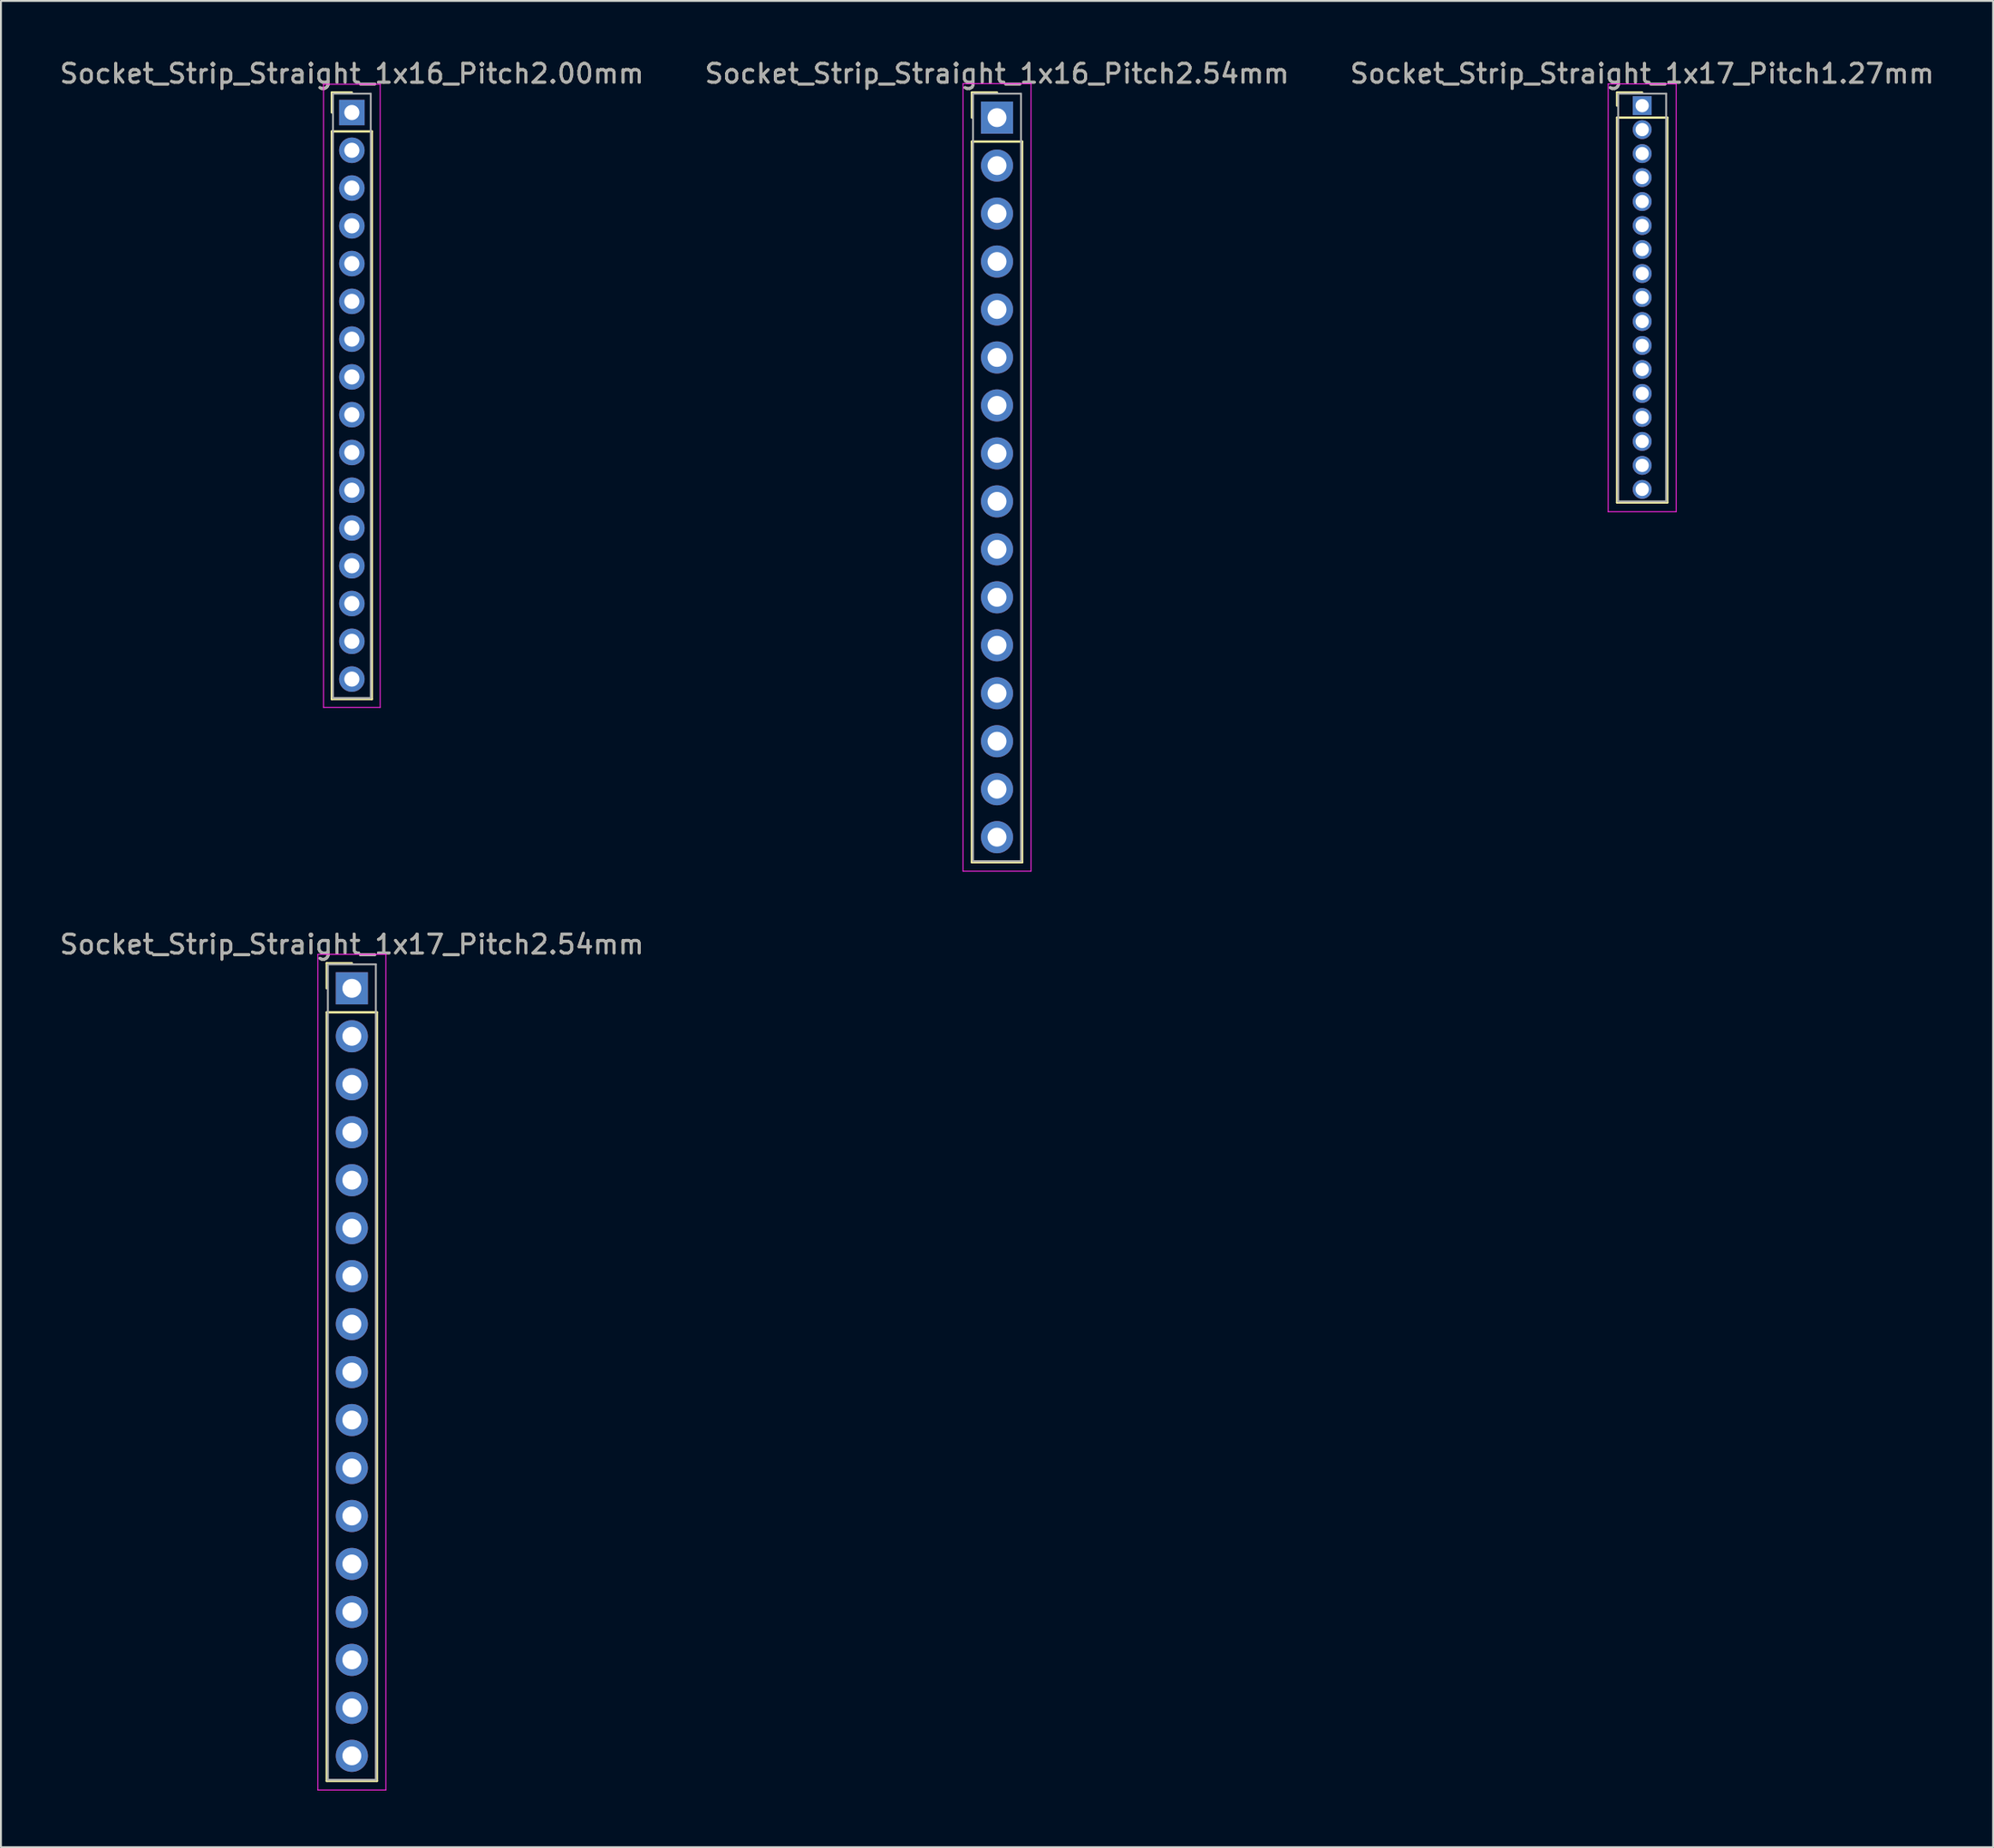
<source format=kicad_pcb>
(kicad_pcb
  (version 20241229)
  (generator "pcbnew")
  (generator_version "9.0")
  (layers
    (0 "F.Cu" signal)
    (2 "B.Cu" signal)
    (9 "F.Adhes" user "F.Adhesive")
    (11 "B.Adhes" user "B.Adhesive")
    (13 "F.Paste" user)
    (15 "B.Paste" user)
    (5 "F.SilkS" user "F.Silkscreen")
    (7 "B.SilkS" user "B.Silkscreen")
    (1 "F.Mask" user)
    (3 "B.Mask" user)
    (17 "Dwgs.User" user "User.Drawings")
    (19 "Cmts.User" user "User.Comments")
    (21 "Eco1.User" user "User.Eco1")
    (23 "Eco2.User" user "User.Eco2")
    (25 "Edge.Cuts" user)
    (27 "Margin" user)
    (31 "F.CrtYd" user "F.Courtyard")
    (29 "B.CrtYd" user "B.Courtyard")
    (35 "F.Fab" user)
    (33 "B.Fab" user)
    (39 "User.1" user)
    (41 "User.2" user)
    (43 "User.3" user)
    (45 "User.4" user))
  (footprint "Socket_Strip_Straight_1x16_Pitch2.00mm"
    (layer "F.Cu")
    (at 15.577 2.908)
    (property "Reference" "Socket_Strip_Straight_1x16_Pitch2.00mm" (at 0 -2.06 0) (layer "F.SilkS") (effects (font (size 1 1) (thickness 0.15))))
    (attr through_hole)
    (fp_line (start -1.06 -1.06) (end 0 -1.06) (stroke (width 0.12) (type solid)) (layer "F.SilkS"))
    (fp_line (start -1.06 0) (end -1.06 -1.06) (stroke (width 0.12) (type solid)) (layer "F.SilkS"))
    (fp_line (start -1.06 1) (end -1.06 31.06) (stroke (width 0.12) (type solid)) (layer "F.SilkS"))
    (fp_line (start -1.06 31.06) (end 1.06 31.06) (stroke (width 0.12) (type solid)) (layer "F.SilkS"))
    (fp_line (start 1.06 1) (end -1.06 1) (stroke (width 0.12) (type solid)) (layer "F.SilkS"))
    (fp_line (start 1.06 31.06) (end 1.06 1) (stroke (width 0.12) (type solid)) (layer "F.SilkS"))
    (fp_line (start -1.5 -1.5) (end -1.5 31.5) (stroke (width 0.05) (type solid)) (layer "F.CrtYd"))
    (fp_line (start -1.5 31.5) (end 1.5 31.5) (stroke (width 0.05) (type solid)) (layer "F.CrtYd"))
    (fp_line (start 1.5 -1.5) (end -1.5 -1.5) (stroke (width 0.05) (type solid)) (layer "F.CrtYd"))
    (fp_line (start 1.5 31.5) (end 1.5 -1.5) (stroke (width 0.05) (type solid)) (layer "F.CrtYd"))
    (fp_line (start -1 -1) (end -1 31) (stroke (width 0.1) (type solid)) (layer "F.Fab"))
    (fp_line (start -1 31) (end 1 31) (stroke (width 0.1) (type solid)) (layer "F.Fab"))
    (fp_line (start 1 -1) (end -1 -1) (stroke (width 0.1) (type solid)) (layer "F.Fab"))
    (fp_line (start 1 31) (end 1 -1) (stroke (width 0.1) (type solid)) (layer "F.Fab"))
    (fp_text user "${REFERENCE}" (at 0 -2.06 0) (layer "F.Fab") (effects (font (size 1 1) (thickness 0.15))))
    (pad "1" thru_hole rect (at 0 0) (size 1.35 1.35) (drill 0.8) (layers "*.Cu" "*.Mask"))
    (pad "2" thru_hole oval (at 0 2) (size 1.35 1.35) (drill 0.8) (layers "*.Cu" "*.Mask"))
    (pad "3" thru_hole oval (at 0 4) (size 1.35 1.35) (drill 0.8) (layers "*.Cu" "*.Mask"))
    (pad "4" thru_hole oval (at 0 6) (size 1.35 1.35) (drill 0.8) (layers "*.Cu" "*.Mask"))
    (pad "5" thru_hole oval (at 0 8) (size 1.35 1.35) (drill 0.8) (layers "*.Cu" "*.Mask"))
    (pad "6" thru_hole oval (at 0 10) (size 1.35 1.35) (drill 0.8) (layers "*.Cu" "*.Mask"))
    (pad "7" thru_hole oval (at 0 12) (size 1.35 1.35) (drill 0.8) (layers "*.Cu" "*.Mask"))
    (pad "8" thru_hole oval (at 0 14) (size 1.35 1.35) (drill 0.8) (layers "*.Cu" "*.Mask"))
    (pad "9" thru_hole oval (at 0 16) (size 1.35 1.35) (drill 0.8) (layers "*.Cu" "*.Mask"))
    (pad "10" thru_hole oval (at 0 18) (size 1.35 1.35) (drill 0.8) (layers "*.Cu" "*.Mask"))
    (pad "11" thru_hole oval (at 0 20) (size 1.35 1.35) (drill 0.8) (layers "*.Cu" "*.Mask"))
    (pad "12" thru_hole oval (at 0 22) (size 1.35 1.35) (drill 0.8) (layers "*.Cu" "*.Mask"))
    (pad "13" thru_hole oval (at 0 24) (size 1.35 1.35) (drill 0.8) (layers "*.Cu" "*.Mask"))
    (pad "14" thru_hole oval (at 0 26) (size 1.35 1.35) (drill 0.8) (layers "*.Cu" "*.Mask"))
    (pad "15" thru_hole oval (at 0 28) (size 1.35 1.35) (drill 0.8) (layers "*.Cu" "*.Mask"))
    (pad "16" thru_hole oval (at 0 30) (size 1.35 1.35) (drill 0.8) (layers "*.Cu" "*.Mask")))
  (footprint "Socket_Strip_Straight_1x17_Pitch2.54mm"
    (layer "F.Cu")
    (at 15.577 49.282)
    (property "Reference" "Socket_Strip_Straight_1x17_Pitch2.54mm" (at 0 -2.33 0) (layer "F.SilkS") (effects (font (size 1 1) (thickness 0.15))))
    (attr through_hole)
    (fp_line (start -1.33 -1.33) (end 0 -1.33) (stroke (width 0.12) (type solid)) (layer "F.SilkS"))
    (fp_line (start -1.33 0) (end -1.33 -1.33) (stroke (width 0.12) (type solid)) (layer "F.SilkS"))
    (fp_line (start -1.33 1.27) (end -1.33 41.97) (stroke (width 0.12) (type solid)) (layer "F.SilkS"))
    (fp_line (start -1.33 41.97) (end 1.33 41.97) (stroke (width 0.12) (type solid)) (layer "F.SilkS"))
    (fp_line (start 1.33 1.27) (end -1.33 1.27) (stroke (width 0.12) (type solid)) (layer "F.SilkS"))
    (fp_line (start 1.33 41.97) (end 1.33 1.27) (stroke (width 0.12) (type solid)) (layer "F.SilkS"))
    (fp_line (start -1.8 -1.8) (end -1.8 42.45) (stroke (width 0.05) (type solid)) (layer "F.CrtYd"))
    (fp_line (start -1.8 42.45) (end 1.8 42.45) (stroke (width 0.05) (type solid)) (layer "F.CrtYd"))
    (fp_line (start 1.8 -1.8) (end -1.8 -1.8) (stroke (width 0.05) (type solid)) (layer "F.CrtYd"))
    (fp_line (start 1.8 42.45) (end 1.8 -1.8) (stroke (width 0.05) (type solid)) (layer "F.CrtYd"))
    (fp_line (start -1.27 -1.27) (end -1.27 41.91) (stroke (width 0.1) (type solid)) (layer "F.Fab"))
    (fp_line (start -1.27 41.91) (end 1.27 41.91) (stroke (width 0.1) (type solid)) (layer "F.Fab"))
    (fp_line (start 1.27 -1.27) (end -1.27 -1.27) (stroke (width 0.1) (type solid)) (layer "F.Fab"))
    (fp_line (start 1.27 41.91) (end 1.27 -1.27) (stroke (width 0.1) (type solid)) (layer "F.Fab"))
    (fp_text user "${REFERENCE}" (at 0 -2.33 0) (layer "F.Fab") (effects (font (size 1 1) (thickness 0.15))))
    (pad "1" thru_hole rect (at 0 0) (size 1.7 1.7) (drill 1) (layers "*.Cu" "*.Mask"))
    (pad "2" thru_hole oval (at 0 2.54) (size 1.7 1.7) (drill 1) (layers "*.Cu" "*.Mask"))
    (pad "3" thru_hole oval (at 0 5.08) (size 1.7 1.7) (drill 1) (layers "*.Cu" "*.Mask"))
    (pad "4" thru_hole oval (at 0 7.62) (size 1.7 1.7) (drill 1) (layers "*.Cu" "*.Mask"))
    (pad "5" thru_hole oval (at 0 10.16) (size 1.7 1.7) (drill 1) (layers "*.Cu" "*.Mask"))
    (pad "6" thru_hole oval (at 0 12.7) (size 1.7 1.7) (drill 1) (layers "*.Cu" "*.Mask"))
    (pad "7" thru_hole oval (at 0 15.24) (size 1.7 1.7) (drill 1) (layers "*.Cu" "*.Mask"))
    (pad "8" thru_hole oval (at 0 17.78) (size 1.7 1.7) (drill 1) (layers "*.Cu" "*.Mask"))
    (pad "9" thru_hole oval (at 0 20.32) (size 1.7 1.7) (drill 1) (layers "*.Cu" "*.Mask"))
    (pad "10" thru_hole oval (at 0 22.86) (size 1.7 1.7) (drill 1) (layers "*.Cu" "*.Mask"))
    (pad "11" thru_hole oval (at 0 25.4) (size 1.7 1.7) (drill 1) (layers "*.Cu" "*.Mask"))
    (pad "12" thru_hole oval (at 0 27.94) (size 1.7 1.7) (drill 1) (layers "*.Cu" "*.Mask"))
    (pad "13" thru_hole oval (at 0 30.48) (size 1.7 1.7) (drill 1) (layers "*.Cu" "*.Mask"))
    (pad "14" thru_hole oval (at 0 33.02) (size 1.7 1.7) (drill 1) (layers "*.Cu" "*.Mask"))
    (pad "15" thru_hole oval (at 0 35.56) (size 1.7 1.7) (drill 1) (layers "*.Cu" "*.Mask"))
    (pad "16" thru_hole oval (at 0 38.1) (size 1.7 1.7) (drill 1) (layers "*.Cu" "*.Mask"))
    (pad "17" thru_hole oval (at 0 40.64) (size 1.7 1.7) (drill 1) (layers "*.Cu" "*.Mask")))
  (footprint "Socket_Strip_Straight_1x17_Pitch1.27mm"
    (layer "F.Cu")
    (at 83.887 2.543)
    (property "Reference" "Socket_Strip_Straight_1x17_Pitch1.27mm" (at 0 -1.695 0) (layer "F.SilkS") (effects (font (size 1 1) (thickness 0.15))))
    (attr through_hole)
    (fp_line (start -1.33 -0.695) (end 0 -0.695) (stroke (width 0.12) (type solid)) (layer "F.SilkS"))
    (fp_line (start -1.33 0) (end -1.33 -0.695) (stroke (width 0.12) (type solid)) (layer "F.SilkS"))
    (fp_line (start -1.33 0.635) (end -1.33 21.015) (stroke (width 0.12) (type solid)) (layer "F.SilkS"))
    (fp_line (start -1.33 21.015) (end 1.33 21.015) (stroke (width 0.12) (type solid)) (layer "F.SilkS"))
    (fp_line (start 1.33 0.635) (end -1.33 0.635) (stroke (width 0.12) (type solid)) (layer "F.SilkS"))
    (fp_line (start 1.33 21.015) (end 1.33 0.635) (stroke (width 0.12) (type solid)) (layer "F.SilkS"))
    (fp_line (start -1.8 -1.15) (end -1.8 21.5) (stroke (width 0.05) (type solid)) (layer "F.CrtYd"))
    (fp_line (start -1.8 21.5) (end 1.8 21.5) (stroke (width 0.05) (type solid)) (layer "F.CrtYd"))
    (fp_line (start 1.8 -1.15) (end -1.8 -1.15) (stroke (width 0.05) (type solid)) (layer "F.CrtYd"))
    (fp_line (start 1.8 21.5) (end 1.8 -1.15) (stroke (width 0.05) (type solid)) (layer "F.CrtYd"))
    (fp_line (start -1.27 -0.635) (end -1.27 20.955) (stroke (width 0.1) (type solid)) (layer "F.Fab"))
    (fp_line (start -1.27 20.955) (end 1.27 20.955) (stroke (width 0.1) (type solid)) (layer "F.Fab"))
    (fp_line (start 1.27 -0.635) (end -1.27 -0.635) (stroke (width 0.1) (type solid)) (layer "F.Fab"))
    (fp_line (start 1.27 20.955) (end 1.27 -0.635) (stroke (width 0.1) (type solid)) (layer "F.Fab"))
    (fp_text user "${REFERENCE}" (at 0 -1.695 0) (layer "F.Fab") (effects (font (size 1 1) (thickness 0.15))))
    (pad "1" thru_hole rect (at 0 0) (size 1 1) (drill 0.7) (layers "*.Cu" "*.Mask"))
    (pad "2" thru_hole oval (at 0 1.27) (size 1 1) (drill 0.7) (layers "*.Cu" "*.Mask"))
    (pad "3" thru_hole oval (at 0 2.54) (size 1 1) (drill 0.7) (layers "*.Cu" "*.Mask"))
    (pad "4" thru_hole oval (at 0 3.81) (size 1 1) (drill 0.7) (layers "*.Cu" "*.Mask"))
    (pad "5" thru_hole oval (at 0 5.08) (size 1 1) (drill 0.7) (layers "*.Cu" "*.Mask"))
    (pad "6" thru_hole oval (at 0 6.35) (size 1 1) (drill 0.7) (layers "*.Cu" "*.Mask"))
    (pad "7" thru_hole oval (at 0 7.62) (size 1 1) (drill 0.7) (layers "*.Cu" "*.Mask"))
    (pad "8" thru_hole oval (at 0 8.89) (size 1 1) (drill 0.7) (layers "*.Cu" "*.Mask"))
    (pad "9" thru_hole oval (at 0 10.16) (size 1 1) (drill 0.7) (layers "*.Cu" "*.Mask"))
    (pad "10" thru_hole oval (at 0 11.43) (size 1 1) (drill 0.7) (layers "*.Cu" "*.Mask"))
    (pad "11" thru_hole oval (at 0 12.7) (size 1 1) (drill 0.7) (layers "*.Cu" "*.Mask"))
    (pad "12" thru_hole oval (at 0 13.97) (size 1 1) (drill 0.7) (layers "*.Cu" "*.Mask"))
    (pad "13" thru_hole oval (at 0 15.24) (size 1 1) (drill 0.7) (layers "*.Cu" "*.Mask"))
    (pad "14" thru_hole oval (at 0 16.51) (size 1 1) (drill 0.7) (layers "*.Cu" "*.Mask"))
    (pad "15" thru_hole oval (at 0 17.78) (size 1 1) (drill 0.7) (layers "*.Cu" "*.Mask"))
    (pad "16" thru_hole oval (at 0 19.05) (size 1 1) (drill 0.7) (layers "*.Cu" "*.Mask"))
    (pad "17" thru_hole oval (at 0 20.32) (size 1 1) (drill 0.7) (layers "*.Cu" "*.Mask")))
  (footprint "Socket_Strip_Straight_1x16_Pitch2.54mm"
    (layer "F.Cu")
    (at 49.732 3.178)
    (property "Reference" "Socket_Strip_Straight_1x16_Pitch2.54mm" (at 0 -2.33 0) (layer "F.SilkS") (effects (font (size 1 1) (thickness 0.15))))
    (attr through_hole)
    (fp_line (start -1.33 -1.33) (end 0 -1.33) (stroke (width 0.12) (type solid)) (layer "F.SilkS"))
    (fp_line (start -1.33 0) (end -1.33 -1.33) (stroke (width 0.12) (type solid)) (layer "F.SilkS"))
    (fp_line (start -1.33 1.27) (end -1.33 39.43) (stroke (width 0.12) (type solid)) (layer "F.SilkS"))
    (fp_line (start -1.33 39.43) (end 1.33 39.43) (stroke (width 0.12) (type solid)) (layer "F.SilkS"))
    (fp_line (start 1.33 1.27) (end -1.33 1.27) (stroke (width 0.12) (type solid)) (layer "F.SilkS"))
    (fp_line (start 1.33 39.43) (end 1.33 1.27) (stroke (width 0.12) (type solid)) (layer "F.SilkS"))
    (fp_line (start -1.8 -1.8) (end -1.8 39.9) (stroke (width 0.05) (type solid)) (layer "F.CrtYd"))
    (fp_line (start -1.8 39.9) (end 1.8 39.9) (stroke (width 0.05) (type solid)) (layer "F.CrtYd"))
    (fp_line (start 1.8 -1.8) (end -1.8 -1.8) (stroke (width 0.05) (type solid)) (layer "F.CrtYd"))
    (fp_line (start 1.8 39.9) (end 1.8 -1.8) (stroke (width 0.05) (type solid)) (layer "F.CrtYd"))
    (fp_line (start -1.27 -1.27) (end -1.27 39.37) (stroke (width 0.1) (type solid)) (layer "F.Fab"))
    (fp_line (start -1.27 39.37) (end 1.27 39.37) (stroke (width 0.1) (type solid)) (layer "F.Fab"))
    (fp_line (start 1.27 -1.27) (end -1.27 -1.27) (stroke (width 0.1) (type solid)) (layer "F.Fab"))
    (fp_line (start 1.27 39.37) (end 1.27 -1.27) (stroke (width 0.1) (type solid)) (layer "F.Fab"))
    (fp_text user "${REFERENCE}" (at 0 -2.33 0) (layer "F.Fab") (effects (font (size 1 1) (thickness 0.15))))
    (pad "1" thru_hole rect (at 0 0) (size 1.7 1.7) (drill 1) (layers "*.Cu" "*.Mask"))
    (pad "2" thru_hole oval (at 0 2.54) (size 1.7 1.7) (drill 1) (layers "*.Cu" "*.Mask"))
    (pad "3" thru_hole oval (at 0 5.08) (size 1.7 1.7) (drill 1) (layers "*.Cu" "*.Mask"))
    (pad "4" thru_hole oval (at 0 7.62) (size 1.7 1.7) (drill 1) (layers "*.Cu" "*.Mask"))
    (pad "5" thru_hole oval (at 0 10.16) (size 1.7 1.7) (drill 1) (layers "*.Cu" "*.Mask"))
    (pad "6" thru_hole oval (at 0 12.7) (size 1.7 1.7) (drill 1) (layers "*.Cu" "*.Mask"))
    (pad "7" thru_hole oval (at 0 15.24) (size 1.7 1.7) (drill 1) (layers "*.Cu" "*.Mask"))
    (pad "8" thru_hole oval (at 0 17.78) (size 1.7 1.7) (drill 1) (layers "*.Cu" "*.Mask"))
    (pad "9" thru_hole oval (at 0 20.32) (size 1.7 1.7) (drill 1) (layers "*.Cu" "*.Mask"))
    (pad "10" thru_hole oval (at 0 22.86) (size 1.7 1.7) (drill 1) (layers "*.Cu" "*.Mask"))
    (pad "11" thru_hole oval (at 0 25.4) (size 1.7 1.7) (drill 1) (layers "*.Cu" "*.Mask"))
    (pad "12" thru_hole oval (at 0 27.94) (size 1.7 1.7) (drill 1) (layers "*.Cu" "*.Mask"))
    (pad "13" thru_hole oval (at 0 30.48) (size 1.7 1.7) (drill 1) (layers "*.Cu" "*.Mask"))
    (pad "14" thru_hole oval (at 0 33.02) (size 1.7 1.7) (drill 1) (layers "*.Cu" "*.Mask"))
    (pad "15" thru_hole oval (at 0 35.56) (size 1.7 1.7) (drill 1) (layers "*.Cu" "*.Mask"))
    (pad "16" thru_hole oval (at 0 38.1) (size 1.7 1.7) (drill 1) (layers "*.Cu" "*.Mask")))
  (gr_rect
    (start -3 -3)
    (end 102.464 94.757)
    (stroke (width 0.1) (type default))
    (fill no)
    (layer "Edge.Cuts")))
</source>
